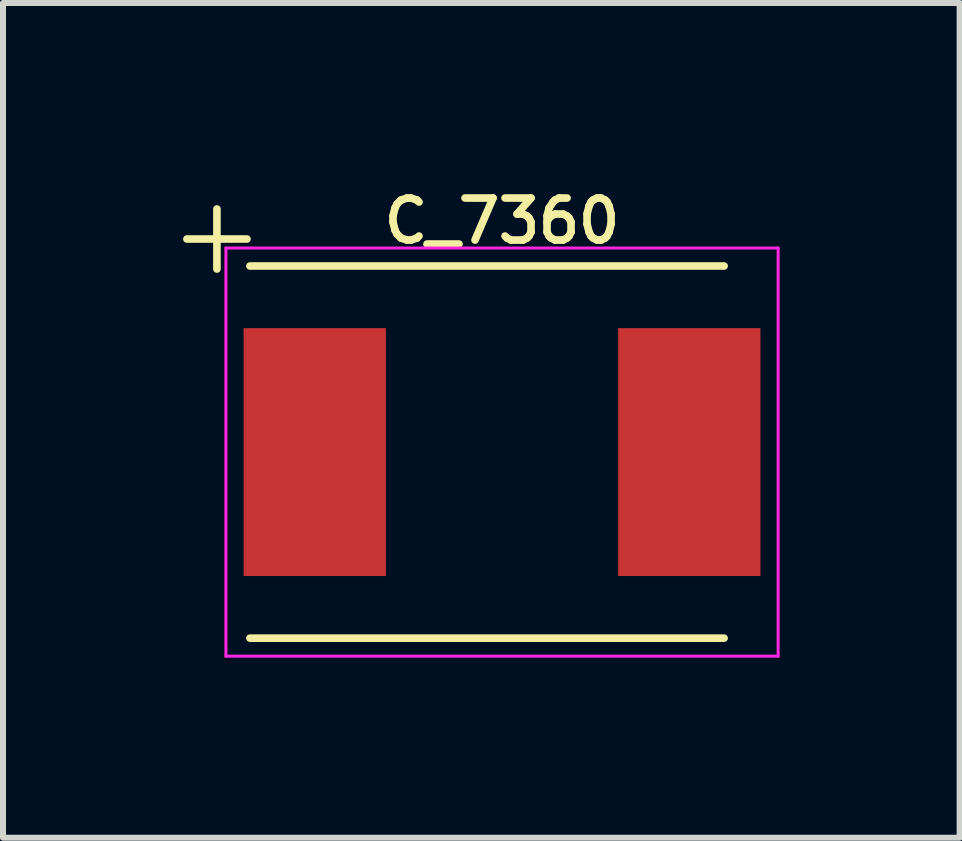
<source format=kicad_pcb>
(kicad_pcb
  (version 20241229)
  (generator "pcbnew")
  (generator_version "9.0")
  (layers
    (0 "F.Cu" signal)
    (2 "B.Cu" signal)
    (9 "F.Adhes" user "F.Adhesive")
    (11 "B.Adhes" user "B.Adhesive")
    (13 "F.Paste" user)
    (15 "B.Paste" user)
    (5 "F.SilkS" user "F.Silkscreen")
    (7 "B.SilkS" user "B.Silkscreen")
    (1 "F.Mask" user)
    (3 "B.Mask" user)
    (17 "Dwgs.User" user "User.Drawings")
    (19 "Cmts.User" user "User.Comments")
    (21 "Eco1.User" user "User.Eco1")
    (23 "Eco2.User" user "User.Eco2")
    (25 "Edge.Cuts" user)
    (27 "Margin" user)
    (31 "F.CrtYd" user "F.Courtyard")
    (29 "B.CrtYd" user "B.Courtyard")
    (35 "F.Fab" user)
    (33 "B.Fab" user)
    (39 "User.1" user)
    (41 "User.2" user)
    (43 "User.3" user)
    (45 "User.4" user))
  (footprint "C_7360"
    (layer "F.Cu")
    (at 5.314 4.482)
    (property "Reference" "C_7360" (at 0 -3.85 0) (layer "F.SilkS") (effects (font (size 0.7 0.7) (thickness 0.127))))
    (attr smd)
    (fp_line (start -5.25 -3.55) (end -4.25 -3.55) (stroke (width 0.127) (type solid)) (layer "F.SilkS"))
    (fp_line (start -4.75 -4.05) (end -4.75 -3.05) (stroke (width 0.127) (type solid)) (layer "F.SilkS"))
    (fp_line (start 3.7 -3.1) (end -4.2 -3.1) (stroke (width 0.127) (type solid)) (layer "F.SilkS"))
    (fp_line (start 3.7 3.1) (end -4.2 3.1) (stroke (width 0.127) (type solid)) (layer "F.SilkS"))
    (fp_line (start -4.6 -3.4) (end -4.6 3.4) (stroke (width 0.05) (type solid)) (layer "F.CrtYd"))
    (fp_line (start -4.6 3.4) (end 4.6 3.4) (stroke (width 0.05) (type solid)) (layer "F.CrtYd"))
    (fp_line (start 4.6 -3.4) (end -4.6 -3.4) (stroke (width 0.05) (type solid)) (layer "F.CrtYd"))
    (fp_line (start 4.6 3.4) (end 4.6 -3.4) (stroke (width 0.05) (type solid)) (layer "F.CrtYd"))
    (pad "1" smd rect (at -3.12 0) (size 2.37 4.13) (layers "F.Cu" "F.Mask" "F.Paste"))
    (pad "2" smd rect (at 3.12 0) (size 2.37 4.13) (layers "F.Cu" "F.Mask" "F.Paste")))
  (gr_rect
    (start -3 -3)
    (end 12.938 10.907)
    (stroke (width 0.1) (type default))
    (fill no)
    (layer "Edge.Cuts")))
</source>
